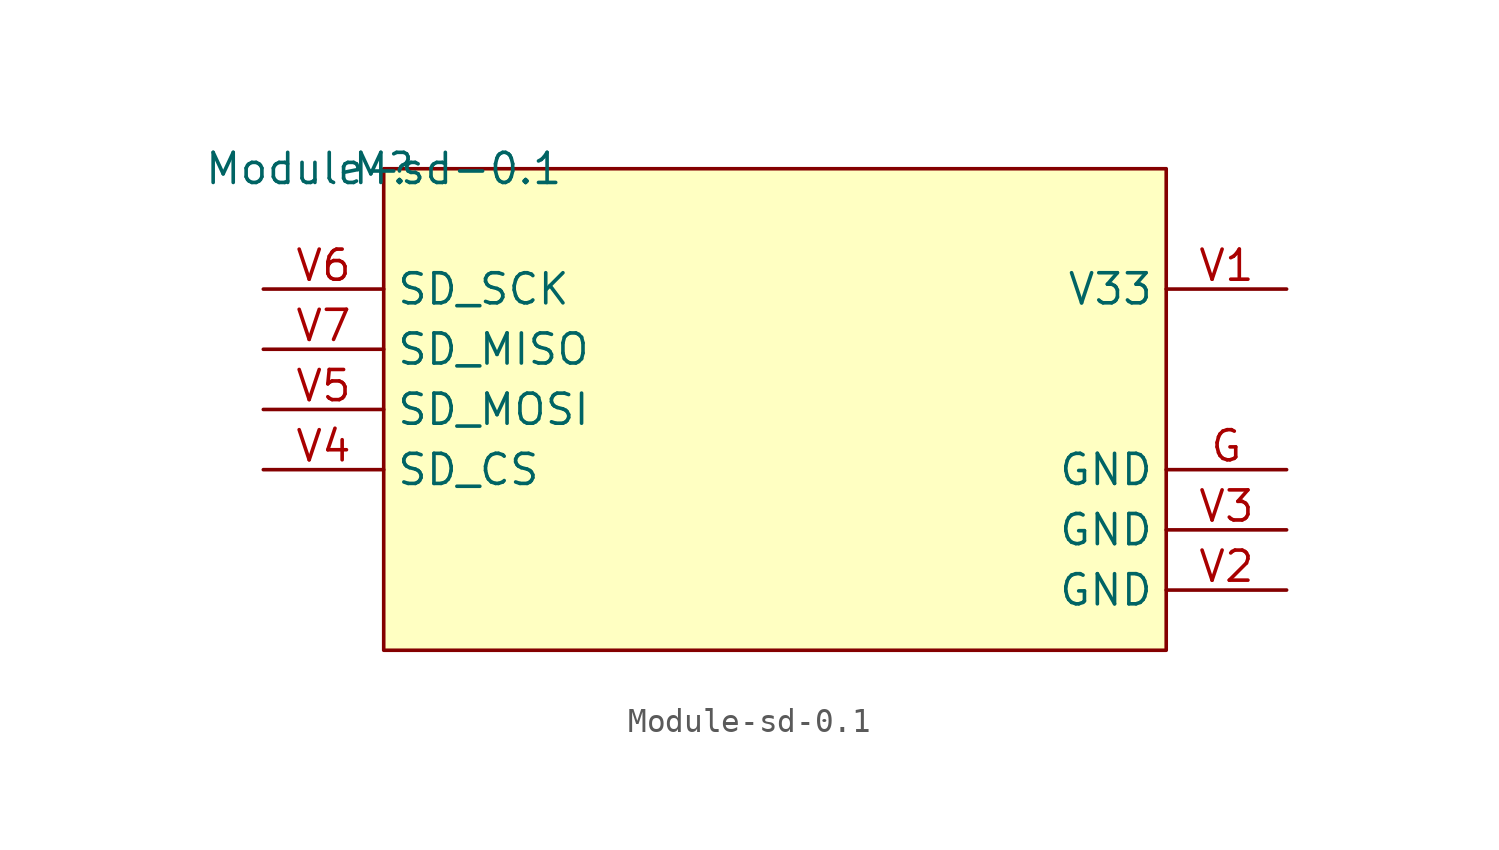
<source format=kicad_sym>
(kicad_symbol_lib
  (version 20201005)
  (generator kicad_symbol_editor)
  (symbol "sd:Module-sd-0.1"
    (property "Reference" "M"
      (at 0 0 0)
      (effects (font (size 1.27 1.27))))
    (property "Value" "Module-sd-0.1"
      (at 0 0 0)
      (effects (font (size 1.27 1.27))))
    (symbol "Module-sd-0.1_1_0"
      (rectangle (start 33.02 0) (end 0 -20.32) (stroke (width 0)) (fill (type background)))
      (pin passive line (at 38.1 -5.08 180) (length 5.08) (name "V33" (effects (font (size 1.27 1.27)))) (number "V1" (effects (font (size 1.27 1.27)))))
      (pin passive line (at 38.1 -17.78 180) (length 5.08) (name "GND" (effects (font (size 1.27 1.27)))) (number "V2" (effects (font (size 1.27 1.27)))))
      (pin passive line (at 38.1 -15.24 180) (length 5.08) (name "GND" (effects (font (size 1.27 1.27)))) (number "V3" (effects (font (size 1.27 1.27)))))
      (pin passive line (at -5.08 -12.7 0) (length 5.08) (name "SD_CS" (effects (font (size 1.27 1.27)))) (number "V4" (effects (font (size 1.27 1.27)))))
      (pin passive line (at -5.08 -10.16 0) (length 5.08) (name "SD_MOSI" (effects (font (size 1.27 1.27)))) (number "V5" (effects (font (size 1.27 1.27)))))
      (pin passive line (at -5.08 -5.08 0) (length 5.08) (name "SD_SCK" (effects (font (size 1.27 1.27)))) (number "V6" (effects (font (size 1.27 1.27)))))
      (pin passive line (at -5.08 -7.62 0) (length 5.08) (name "SD_MISO" (effects (font (size 1.27 1.27)))) (number "V7" (effects (font (size 1.27 1.27)))))
      (pin passive line (at 38.1 -12.7 180) (length 5.08) (name "GND" (effects (font (size 1.27 1.27)))) (number "G" (effects (font (size 1.27 1.27))))))))
</source>
